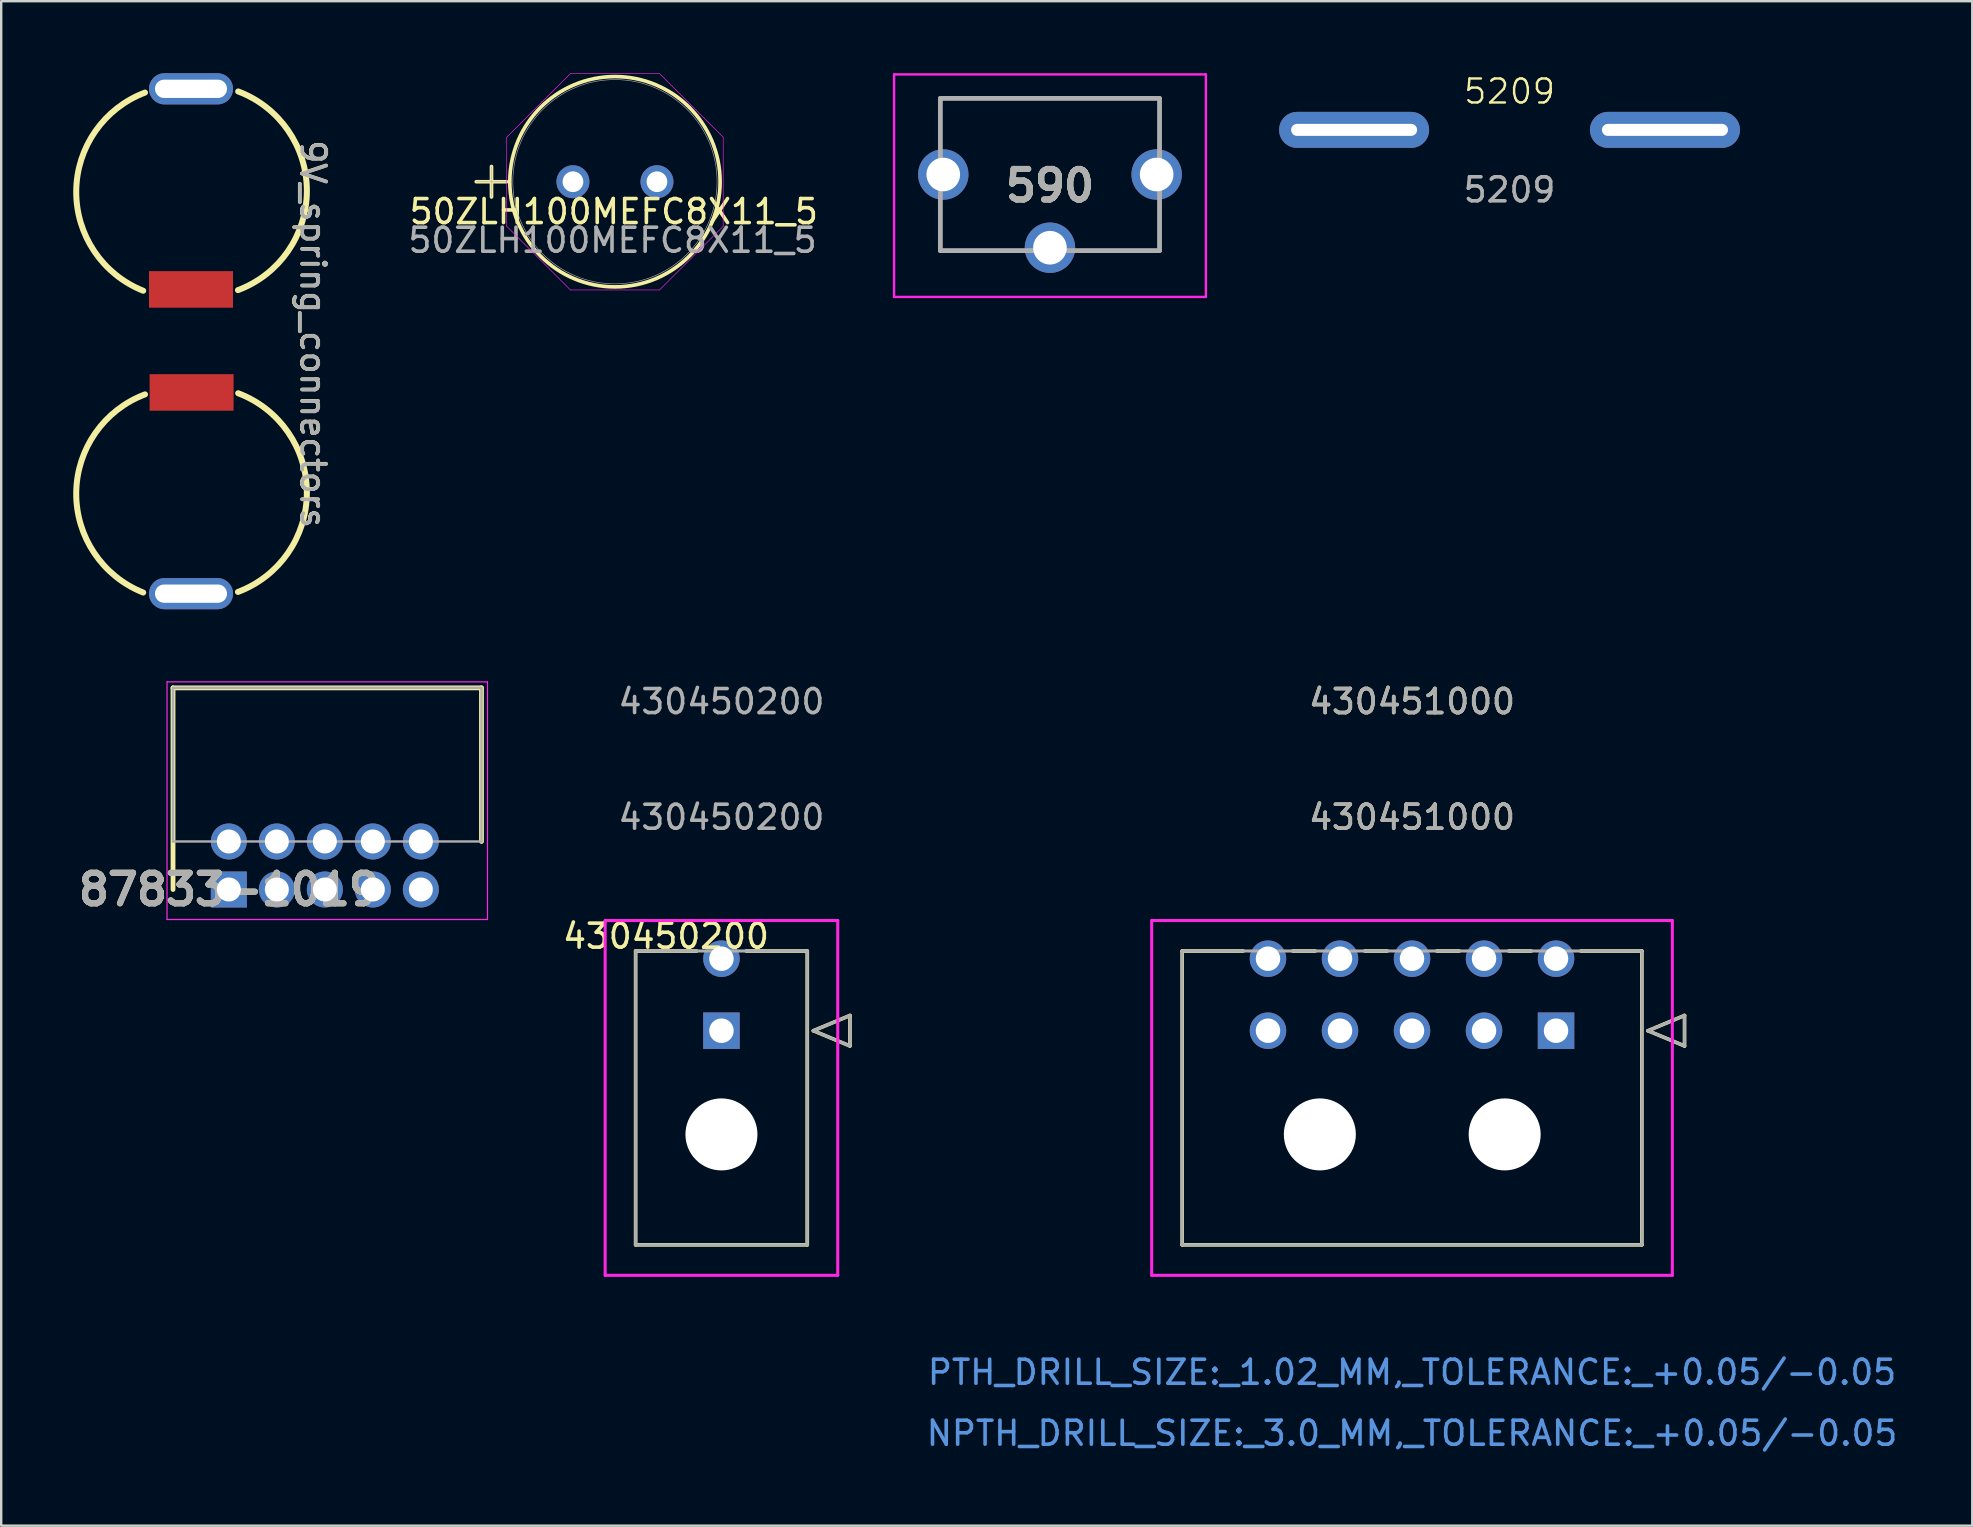
<source format=kicad_pcb>
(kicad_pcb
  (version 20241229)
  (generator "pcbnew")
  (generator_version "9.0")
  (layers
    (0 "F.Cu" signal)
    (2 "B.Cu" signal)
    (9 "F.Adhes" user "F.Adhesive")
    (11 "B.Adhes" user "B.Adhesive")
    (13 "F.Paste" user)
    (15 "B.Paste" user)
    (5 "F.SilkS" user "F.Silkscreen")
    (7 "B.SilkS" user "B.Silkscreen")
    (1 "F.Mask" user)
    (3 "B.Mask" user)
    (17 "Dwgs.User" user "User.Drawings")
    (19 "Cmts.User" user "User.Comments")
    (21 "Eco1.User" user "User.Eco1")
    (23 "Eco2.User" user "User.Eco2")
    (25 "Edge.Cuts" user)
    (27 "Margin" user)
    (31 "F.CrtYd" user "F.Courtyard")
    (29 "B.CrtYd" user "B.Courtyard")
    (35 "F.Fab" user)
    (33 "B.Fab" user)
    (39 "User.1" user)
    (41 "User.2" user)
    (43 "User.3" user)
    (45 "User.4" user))
  (footprint "50ZLH100MEFC8X11_5"
    (layer "F.Cu")
    (at 20.819 4.521)
    (property "Reference" "50ZLH100MEFC8X11_5" (at 1.702 1.245 0) (unlocked yes) (layer "F.SilkS") (effects (font (size 1 1) (thickness 0.15))))
    (attr through_hole)
    (fp_line (start -4.029 0) (end -2.759 0) (stroke (width 0.152) (type solid)) (layer "F.SilkS"))
    (fp_line (start -3.393 -0.635) (end -3.393 0.635) (stroke (width 0.152) (type solid)) (layer "F.SilkS"))
    (fp_circle (center 1.75 0) (end 6.131 0) (stroke (width 0.152) (type solid)) (fill no) (layer "F.SilkS"))
    (fp_line (start -2.759 -1.856) (end -0.106 -4.508) (stroke (width 0.025) (type solid)) (layer "F.CrtYd"))
    (fp_line (start -2.759 1.856) (end -2.759 -1.856) (stroke (width 0.025) (type solid)) (layer "F.CrtYd"))
    (fp_line (start -0.106 -4.508) (end 3.606 -4.508) (stroke (width 0.025) (type solid)) (layer "F.CrtYd"))
    (fp_line (start -0.106 4.508) (end -2.759 1.856) (stroke (width 0.025) (type solid)) (layer "F.CrtYd"))
    (fp_line (start 3.606 -4.508) (end 6.258 -1.856) (stroke (width 0.025) (type solid)) (layer "F.CrtYd"))
    (fp_line (start 3.606 4.508) (end -0.106 4.508) (stroke (width 0.025) (type solid)) (layer "F.CrtYd"))
    (fp_line (start 6.258 -1.856) (end 6.258 1.856) (stroke (width 0.025) (type solid)) (layer "F.CrtYd"))
    (fp_line (start 6.258 1.856) (end 3.606 4.508) (stroke (width 0.025) (type solid)) (layer "F.CrtYd"))
    (fp_line (start -4.029 0) (end -2.759 0) (stroke (width 0.025) (type solid)) (layer "F.Fab"))
    (fp_line (start -3.393 -0.635) (end -3.393 0.635) (stroke (width 0.025) (type solid)) (layer "F.Fab"))
    (fp_circle (center 1.75 0) (end 6.005 0) (stroke (width 0.025) (type solid)) (fill no) (layer "F.Fab"))
    (fp_text user "${REFERENCE}" (at 1.651 2.438 0) (unlocked yes) (layer "F.Fab") (effects (font (size 1 1) (thickness 0.15))))
    (pad "1" thru_hole circle (at 0 0) (size 1.372 1.372) (drill 0.864) (layers "*.Cu" "*.Mask"))
    (pad "2" thru_hole circle (at 3.5 0) (size 1.372 1.372) (drill 0.864) (layers "*.Cu" "*.Mask")))
  (footprint "9V_spring_connectors"
    (layer "F.Cu")
    (at 4.907 11.094)
    (property "Reference" "9V_spring_connectors" (at 5.08 -0.23 270) (unlocked yes) (layer "F.SilkS") (effects (font (size 1 1) (thickness 0.15))))
    (attr through_hole)
    (fp_arc (start -1.991761 -2.031999) (mid -4.78139 -6.185601) (end -1.915561 -10.286999) (stroke (width 0.25) (type solid)) (layer "F.SilkS"))
    (fp_arc (start -1.991761 10.541) (mid -4.78139 6.387398) (end -1.915561 2.286) (stroke (width 0.25) (type solid)) (layer "F.SilkS"))
    (fp_arc (start 1.964752 -10.334437) (mid 4.827018 -6.192818) (end 1.9558 -2.0574) (stroke (width 0.25) (type solid)) (layer "F.SilkS"))
    (fp_arc (start 1.964752 2.238562) (mid 4.827018 6.380181) (end 1.9558 10.515599) (stroke (width 0.25) (type solid)) (layer "F.SilkS"))
    (fp_text user "${REFERENCE}" (at 5.09 -0.22 270) (unlocked yes) (layer "F.Fab") (effects (font (size 1 1) (thickness 0.15))))
    (pad "1" thru_hole oval (at 0 -10.444) (size 3.5 1.3) (drill oval 3 0.762) (layers "*.Cu" "*.Mask"))
    (pad "1" smd rect (at 0 -2.087) (size 3.5 1.524) (layers "F.Cu" "F.Mask" "F.Paste"))
    (pad "2" thru_hole oval (at 0 10.587) (size 3.5 1.3) (drill oval 3 0.762) (layers "*.Cu" "*.Mask"))
    (pad "2" smd rect (at 0.025 2.205) (size 3.5 1.524) (layers "F.Cu" "F.Mask" "F.Paste")))
  (footprint "590"
    (layer "F.Cu")
    (at 40.691 4.685)
    (property "Reference" "590" (at 0 0 0) (layer "F.SilkS") (effects (font (size 1.27 1.27) (thickness 0.254))))
    (attr through_hole)
    (fp_line (start -4.565 -3.635) (end 4.565 -3.635) (stroke (width 0.1) (type solid)) (layer "F.SilkS"))
    (fp_line (start -4.565 -1.795) (end -4.565 -3.635) (stroke (width 0.1) (type solid)) (layer "F.SilkS"))
    (fp_line (start -4.565 1.205) (end -4.565 2.705) (stroke (width 0.1) (type solid)) (layer "F.SilkS"))
    (fp_line (start -4.565 2.705) (end -1.5 2.705) (stroke (width 0.1) (type solid)) (layer "F.SilkS"))
    (fp_line (start 1.5 2.705) (end 4.565 2.705) (stroke (width 0.1) (type solid)) (layer "F.SilkS"))
    (fp_line (start 4.565 -3.635) (end 4.565 -1.795) (stroke (width 0.1) (type solid)) (layer "F.SilkS"))
    (fp_line (start 4.565 2.705) (end 4.565 1.205) (stroke (width 0.1) (type solid)) (layer "F.SilkS"))
    (fp_line (start -6.495 -4.635) (end 6.495 -4.635) (stroke (width 0.1) (type solid)) (layer "F.CrtYd"))
    (fp_line (start -6.495 4.635) (end -6.495 -4.635) (stroke (width 0.1) (type solid)) (layer "F.CrtYd"))
    (fp_line (start 6.495 -4.635) (end 6.495 4.635) (stroke (width 0.1) (type solid)) (layer "F.CrtYd"))
    (fp_line (start 6.495 4.635) (end -6.495 4.635) (stroke (width 0.1) (type solid)) (layer "F.CrtYd"))
    (fp_line (start -4.565 -3.635) (end 4.565 -3.635) (stroke (width 0.2) (type solid)) (layer "F.Fab"))
    (fp_line (start -4.565 2.705) (end -4.565 -3.635) (stroke (width 0.2) (type solid)) (layer "F.Fab"))
    (fp_line (start 4.565 -3.635) (end 4.565 2.705) (stroke (width 0.2) (type solid)) (layer "F.Fab"))
    (fp_line (start 4.565 2.705) (end -4.565 2.705) (stroke (width 0.2) (type solid)) (layer "F.Fab"))
    (fp_text user "${REFERENCE}" (at 0 0 0) (layer "F.Fab") (effects (font (size 1.27 1.27) (thickness 0.254))))
    (pad "1" thru_hole circle (at -4.445 -0.465) (size 2.1 2.1) (drill 1.4) (layers "*.Cu" "*.Mask"))
    (pad "2" thru_hole circle (at 0 2.585) (size 2.1 2.1) (drill 1.4) (layers "*.Cu" "*.Mask"))
    (pad "3" thru_hole circle (at 4.445 -0.465) (size 2.1 2.1) (drill 1.4) (layers "*.Cu" "*.Mask")))
  (footprint "430450200"
    (layer "F.Cu")
    (at 27.005 39.889)
    (property "Reference" "430450200" (at -2.311 -3.937 0) (unlocked yes) (layer "F.SilkS") (effects (font (size 1 1) (thickness 0.15))))
    (attr through_hole)
    (fp_line (start -3.575 -3.32) (end -3.575 8.92) (stroke (width 0.152) (type solid)) (layer "F.SilkS"))
    (fp_line (start -3.575 8.92) (end 3.575 8.92) (stroke (width 0.152) (type solid)) (layer "F.SilkS"))
    (fp_line (start -1.032 -3.32) (end -3.575 -3.32) (stroke (width 0.152) (type solid)) (layer "F.SilkS"))
    (fp_line (start 3.575 -3.32) (end 1.032 -3.32) (stroke (width 0.152) (type solid)) (layer "F.SilkS"))
    (fp_line (start 3.575 8.92) (end 3.575 -3.32) (stroke (width 0.152) (type solid)) (layer "F.SilkS"))
    (fp_line (start 3.829 0) (end 5.353 -0.635) (stroke (width 0.152) (type solid)) (layer "F.SilkS"))
    (fp_line (start 5.353 -0.635) (end 5.353 0.635) (stroke (width 0.152) (type solid)) (layer "F.SilkS"))
    (fp_line (start 5.353 0.635) (end 3.829 0) (stroke (width 0.152) (type solid)) (layer "F.SilkS"))
    (fp_line (start -4.845 -4.59) (end -4.845 10.19) (stroke (width 0.127) (type solid)) (layer "F.CrtYd"))
    (fp_line (start -4.845 10.19) (end 4.845 10.19) (stroke (width 0.127) (type solid)) (layer "F.CrtYd"))
    (fp_line (start 4.845 -4.59) (end -4.845 -4.59) (stroke (width 0.127) (type solid)) (layer "F.CrtYd"))
    (fp_line (start 4.845 10.19) (end 4.845 -4.59) (stroke (width 0.127) (type solid)) (layer "F.CrtYd"))
    (fp_line (start -3.575 -3.32) (end -3.575 8.92) (stroke (width 0.127) (type solid)) (layer "F.Fab"))
    (fp_line (start -3.575 8.92) (end 3.575 8.92) (stroke (width 0.127) (type solid)) (layer "F.Fab"))
    (fp_line (start 3.575 -3.32) (end -3.575 -3.32) (stroke (width 0.127) (type solid)) (layer "F.Fab"))
    (fp_line (start 3.575 8.92) (end 3.575 -3.32) (stroke (width 0.127) (type solid)) (layer "F.Fab"))
    (fp_line (start 3.829 0) (end 5.353 -0.635) (stroke (width 0.127) (type solid)) (layer "F.Fab"))
    (fp_line (start 5.353 -0.635) (end 5.353 0.635) (stroke (width 0.127) (type solid)) (layer "F.Fab"))
    (fp_line (start 5.353 0.635) (end 3.829 0) (stroke (width 0.127) (type solid)) (layer "F.Fab"))
    (fp_text user "430450200" (at 0 -13.71 0) (unlocked yes) (layer "F.Fab") (effects (font (size 1 1) (thickness 0.15))))
    (fp_text user "${REFERENCE}" (at 0 -8.89 0) (unlocked yes) (layer "F.Fab") (effects (font (size 1 1) (thickness 0.15))))
    (pad "" np_thru_hole circle (at 0 4.32) (size 3 3) (drill 3) (layers "*.Cu" "*.Mask"))
    (pad "1" thru_hole rect (at 0 0) (size 1.52 1.52) (drill 1.02) (layers "*.Cu" "*.Mask"))
    (pad "2" thru_hole circle (at 0 -3) (size 1.52 1.52) (drill 1.02) (layers "*.Cu" "*.Mask")))
  (footprint "430451000"
    (layer "F.Cu")
    (at 61.774 39.889)
    (property "Reference" "430451000" (at -6 -8.89 0) (unlocked yes) (layer "F.SilkS") (effects (font (size 1 1) (thickness 0.15))))
    (attr through_hole)
    (fp_line (start -15.575 -3.32) (end -15.575 8.92) (stroke (width 0.152) (type solid)) (layer "F.SilkS"))
    (fp_line (start -15.575 8.92) (end 3.575 8.92) (stroke (width 0.152) (type solid)) (layer "F.SilkS"))
    (fp_line (start -13.032 -3.32) (end -15.575 -3.32) (stroke (width 0.152) (type solid)) (layer "F.SilkS"))
    (fp_line (start -10.032 -3.32) (end -10.968 -3.32) (stroke (width 0.152) (type solid)) (layer "F.SilkS"))
    (fp_line (start -7.032 -3.32) (end -7.968 -3.32) (stroke (width 0.152) (type solid)) (layer "F.SilkS"))
    (fp_line (start -4.032 -3.32) (end -4.968 -3.32) (stroke (width 0.152) (type solid)) (layer "F.SilkS"))
    (fp_line (start -1.032 -3.32) (end -1.968 -3.32) (stroke (width 0.152) (type solid)) (layer "F.SilkS"))
    (fp_line (start 3.575 -3.32) (end 1.032 -3.32) (stroke (width 0.152) (type solid)) (layer "F.SilkS"))
    (fp_line (start 3.575 8.92) (end 3.575 -3.32) (stroke (width 0.152) (type solid)) (layer "F.SilkS"))
    (fp_line (start 3.829 0) (end 5.353 -0.635) (stroke (width 0.152) (type solid)) (layer "F.SilkS"))
    (fp_line (start 5.353 -0.635) (end 5.353 0.635) (stroke (width 0.152) (type solid)) (layer "F.SilkS"))
    (fp_line (start 5.353 0.635) (end 3.829 0) (stroke (width 0.152) (type solid)) (layer "F.SilkS"))
    (fp_line (start -16.845 -4.59) (end -16.845 10.19) (stroke (width 0.127) (type solid)) (layer "F.CrtYd"))
    (fp_line (start -16.845 10.19) (end 4.845 10.19) (stroke (width 0.127) (type solid)) (layer "F.CrtYd"))
    (fp_line (start 4.845 -4.59) (end -16.845 -4.59) (stroke (width 0.127) (type solid)) (layer "F.CrtYd"))
    (fp_line (start 4.845 10.19) (end 4.845 -4.59) (stroke (width 0.127) (type solid)) (layer "F.CrtYd"))
    (fp_line (start -15.575 -3.32) (end -15.575 8.92) (stroke (width 0.127) (type solid)) (layer "F.Fab"))
    (fp_line (start -15.575 8.92) (end 3.575 8.92) (stroke (width 0.127) (type solid)) (layer "F.Fab"))
    (fp_line (start 3.575 -3.32) (end -15.575 -3.32) (stroke (width 0.127) (type solid)) (layer "F.Fab"))
    (fp_line (start 3.575 8.92) (end 3.575 -3.32) (stroke (width 0.127) (type solid)) (layer "F.Fab"))
    (fp_line (start 3.829 0) (end 5.353 -0.635) (stroke (width 0.127) (type solid)) (layer "F.Fab"))
    (fp_line (start 5.353 -0.635) (end 5.353 0.635) (stroke (width 0.127) (type solid)) (layer "F.Fab"))
    (fp_line (start 5.353 0.635) (end 3.829 0) (stroke (width 0.127) (type solid)) (layer "F.Fab"))
    (fp_text user "430451000" (at -6 -13.71 0) (unlocked yes) (layer "F.SilkS") (effects (font (size 1 1) (thickness 0.15))))
    (fp_text user "NPTH_DRILL_SIZE:_3.0_MM,_TOLERANCE:_+0.05/-0.05" (at -6 16.77 0) (unlocked yes) (layer "Cmts.User") (effects (font (size 1 1) (thickness 0.15))))
    (fp_text user "PTH_DRILL_SIZE:_1.02_MM,_TOLERANCE:_+0.05/-0.05" (at -6 14.23 0) (unlocked yes) (layer "Cmts.User") (effects (font (size 1 1) (thickness 0.15))))
    (fp_text user "${REFERENCE}" (at -6 -8.89 0) (unlocked yes) (layer "F.Fab") (effects (font (size 1 1) (thickness 0.15))))
    (fp_text user "430451000" (at -6 -13.71 0) (unlocked yes) (layer "F.Fab") (effects (font (size 1 1) (thickness 0.15))))
    (pad "" np_thru_hole circle (at -9.84 4.32) (size 3 3) (drill 3) (layers "*.Cu" "*.Mask"))
    (pad "" np_thru_hole circle (at -2.14 4.32) (size 3 3) (drill 3) (layers "*.Cu" "*.Mask"))
    (pad "1" thru_hole rect (at 0 0) (size 1.52 1.52) (drill 1.02) (layers "*.Cu" "*.Mask"))
    (pad "2" thru_hole circle (at -3 0) (size 1.52 1.52) (drill 1.02) (layers "*.Cu" "*.Mask"))
    (pad "3" thru_hole circle (at -6 0) (size 1.52 1.52) (drill 1.02) (layers "*.Cu" "*.Mask"))
    (pad "4" thru_hole circle (at -9 0) (size 1.52 1.52) (drill 1.02) (layers "*.Cu" "*.Mask"))
    (pad "5" thru_hole circle (at -12 0) (size 1.52 1.52) (drill 1.02) (layers "*.Cu" "*.Mask"))
    (pad "6" thru_hole circle (at 0 -3) (size 1.52 1.52) (drill 1.02) (layers "*.Cu" "*.Mask"))
    (pad "7" thru_hole circle (at -3 -3) (size 1.52 1.52) (drill 1.02) (layers "*.Cu" "*.Mask"))
    (pad "8" thru_hole circle (at -6 -3) (size 1.52 1.52) (drill 1.02) (layers "*.Cu" "*.Mask"))
    (pad "9" thru_hole circle (at -9 -3) (size 1.52 1.52) (drill 1.02) (layers "*.Cu" "*.Mask"))
    (pad "10" thru_hole circle (at -12 -3) (size 1.52 1.52) (drill 1.02) (layers "*.Cu" "*.Mask")))
  (footprint "87833-1019"
    (layer "F.Cu")
    (at 6.483 34.006)
    (property "Reference" "87833-1019" (at 0 0 0) (layer "F.SilkS") (effects (font (size 1.27 1.27) (thickness 0.254))))
    (attr through_hole)
    (fp_line (start -2.325 -8.4) (end 10.525 -8.4) (stroke (width 0.2) (type solid)) (layer "F.SilkS"))
    (fp_line (start -2.325 0) (end -2.325 -8.4) (stroke (width 0.2) (type solid)) (layer "F.SilkS"))
    (fp_line (start 10.525 -8.4) (end 10.525 -2) (stroke (width 0.2) (type solid)) (layer "F.SilkS"))
    (fp_line (start -2.575 -8.65) (end -2.575 1.25) (stroke (width 0.05) (type solid)) (layer "F.CrtYd"))
    (fp_line (start -2.575 1.25) (end 10.775 1.25) (stroke (width 0.05) (type solid)) (layer "F.CrtYd"))
    (fp_line (start 10.775 -8.65) (end -2.575 -8.65) (stroke (width 0.05) (type solid)) (layer "F.CrtYd"))
    (fp_line (start 10.775 1.25) (end 10.775 -8.65) (stroke (width 0.05) (type solid)) (layer "F.CrtYd"))
    (fp_line (start -2.325 -8.4) (end 10.525 -8.4) (stroke (width 0.1) (type solid)) (layer "F.Fab"))
    (fp_line (start -2.325 -2) (end -2.325 -8.4) (stroke (width 0.1) (type solid)) (layer "F.Fab"))
    (fp_line (start 10.525 -8.4) (end 10.525 -2) (stroke (width 0.1) (type solid)) (layer "F.Fab"))
    (fp_line (start 10.525 -2) (end -2.325 -2) (stroke (width 0.1) (type solid)) (layer "F.Fab"))
    (fp_text user "${REFERENCE}" (at 0 0 0) (layer "F.Fab") (effects (font (size 1.27 1.27) (thickness 0.254))))
    (pad "1" thru_hole rect (at 0 0) (size 1.5 1.5) (drill 1) (layers "*.Cu" "*.Mask"))
    (pad "2" thru_hole circle (at 0 -2) (size 1.5 1.5) (drill 1) (layers "*.Cu" "*.Mask"))
    (pad "3" thru_hole circle (at 2 0) (size 1.5 1.5) (drill 1) (layers "*.Cu" "*.Mask"))
    (pad "4" thru_hole circle (at 2 -2) (size 1.5 1.5) (drill 1) (layers "*.Cu" "*.Mask"))
    (pad "5" thru_hole circle (at 4 0) (size 1.5 1.5) (drill 1) (layers "*.Cu" "*.Mask"))
    (pad "6" thru_hole circle (at 4 -2) (size 1.5 1.5) (drill 1) (layers "*.Cu" "*.Mask"))
    (pad "7" thru_hole circle (at 6 0) (size 1.5 1.5) (drill 1) (layers "*.Cu" "*.Mask"))
    (pad "8" thru_hole circle (at 6 -2) (size 1.5 1.5) (drill 1) (layers "*.Cu" "*.Mask"))
    (pad "9" thru_hole circle (at 8 0) (size 1.5 1.5) (drill 1) (layers "*.Cu" "*.Mask"))
    (pad "10" thru_hole circle (at 8 -2) (size 1.5 1.5) (drill 1) (layers "*.Cu" "*.Mask")))
  (footprint "5209"
    (layer "F.Cu")
    (at 59.836 2.361)
    (property "Reference" "5209" (at 0 -1.6 0) (unlocked yes) (layer "F.SilkS") (effects (font (size 1 1) (thickness 0.1))))
    (attr through_hole)
    (fp_text user "${REFERENCE}" (at 0 2.5 0) (unlocked yes) (layer "F.Fab") (effects (font (size 1 1) (thickness 0.15))))
    (pad "1" thru_hole oval (at -6.475 0) (size 6.25 1.5) (drill oval 5.25 0.5) (layers "*.Cu" "*.Mask"))
    (pad "2" thru_hole oval (at 6.475 0) (size 6.25 1.5) (drill oval 5.25 0.5) (layers "*.Cu" "*.Mask")))
  (gr_rect
    (start -3 -3)
    (end 79.113 60.508)
    (stroke (width 0.1) (type default))
    (fill no)
    (layer "Edge.Cuts")))
</source>
